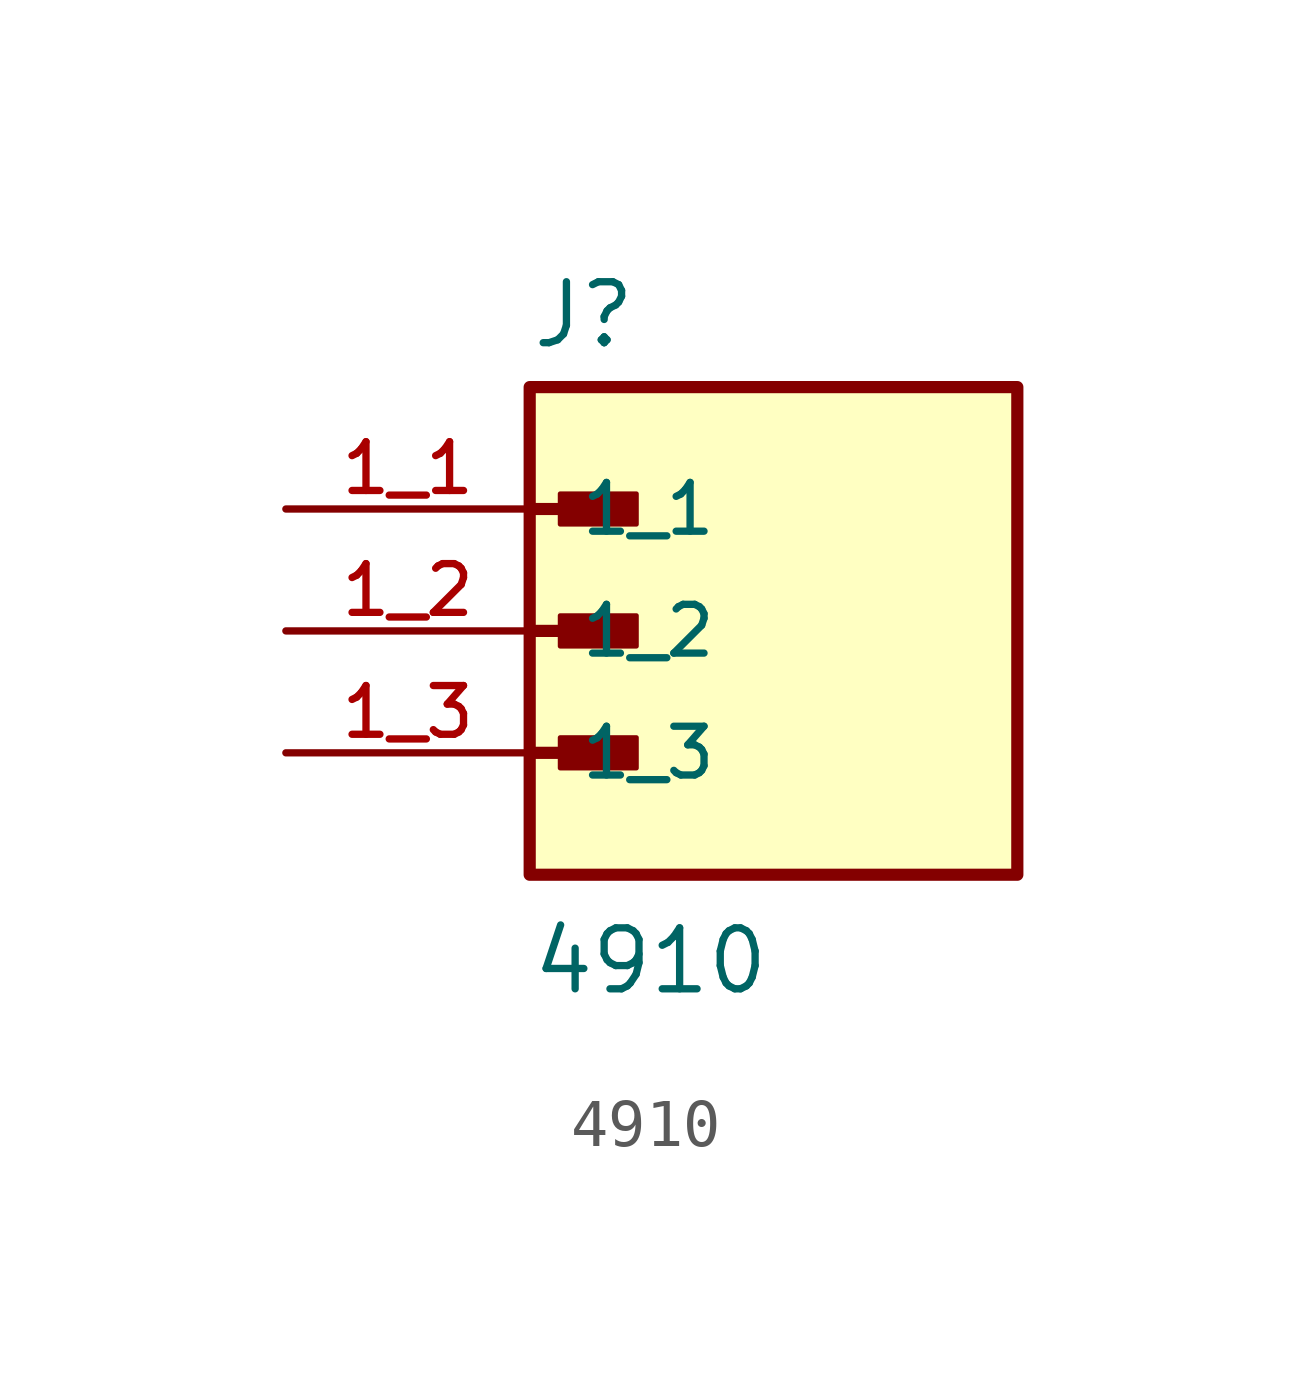
<source format=kicad_sym>
(kicad_symbol_lib
  (version 20211014)
  (generator kicad_symbol_editor)
  (symbol "4910"
    (pin_names
      (offset 1.016))
    (property "Reference" "J"
      (at -5.08 5.842 0)
      (effects (font (size 1.27 1.27)) (justify bottom left)))
    (property "Value" "4910"
      (at -5.08 -7.62 0)
      (effects (font (size 1.27 1.27)) (justify bottom left)))
    (symbol "4910_0_0"
      (polyline (pts (xy -5.08 2.54) (xy -3.175 2.54)) (stroke (width 0.254)))
      (rectangle (start -4.445 2.223) (end -2.857 2.857) (stroke (width 0.1)) (fill (type outline)))
      (polyline (pts (xy -5.08 0.0) (xy -3.175 0.0)) (stroke (width 0.254)))
      (rectangle (start -4.445 -0.318) (end -2.857 0.318) (stroke (width 0.1)) (fill (type outline)))
      (polyline (pts (xy -5.08 -2.54) (xy -3.175 -2.54)) (stroke (width 0.254)))
      (rectangle (start -4.445 -2.857) (end -2.857 -2.223) (stroke (width 0.1)) (fill (type outline)))
      (rectangle (start -5.08 -5.08) (end 5.08 5.08) (stroke (width 0.254)) (fill (type background)))
      (pin passive line (at -10.16 2.54 0) (length 5.08) (name "1_1" (effects (font (size 1.016 1.016)))) (number "1_1" (effects (font (size 1.016 1.016)))))
      (pin passive line (at -10.16 0.0 0) (length 5.08) (name "1_2" (effects (font (size 1.016 1.016)))) (number "1_2" (effects (font (size 1.016 1.016)))))
      (pin passive line (at -10.16 -2.54 0) (length 5.08) (name "1_3" (effects (font (size 1.016 1.016)))) (number "1_3" (effects (font (size 1.016 1.016))))))))
</source>
